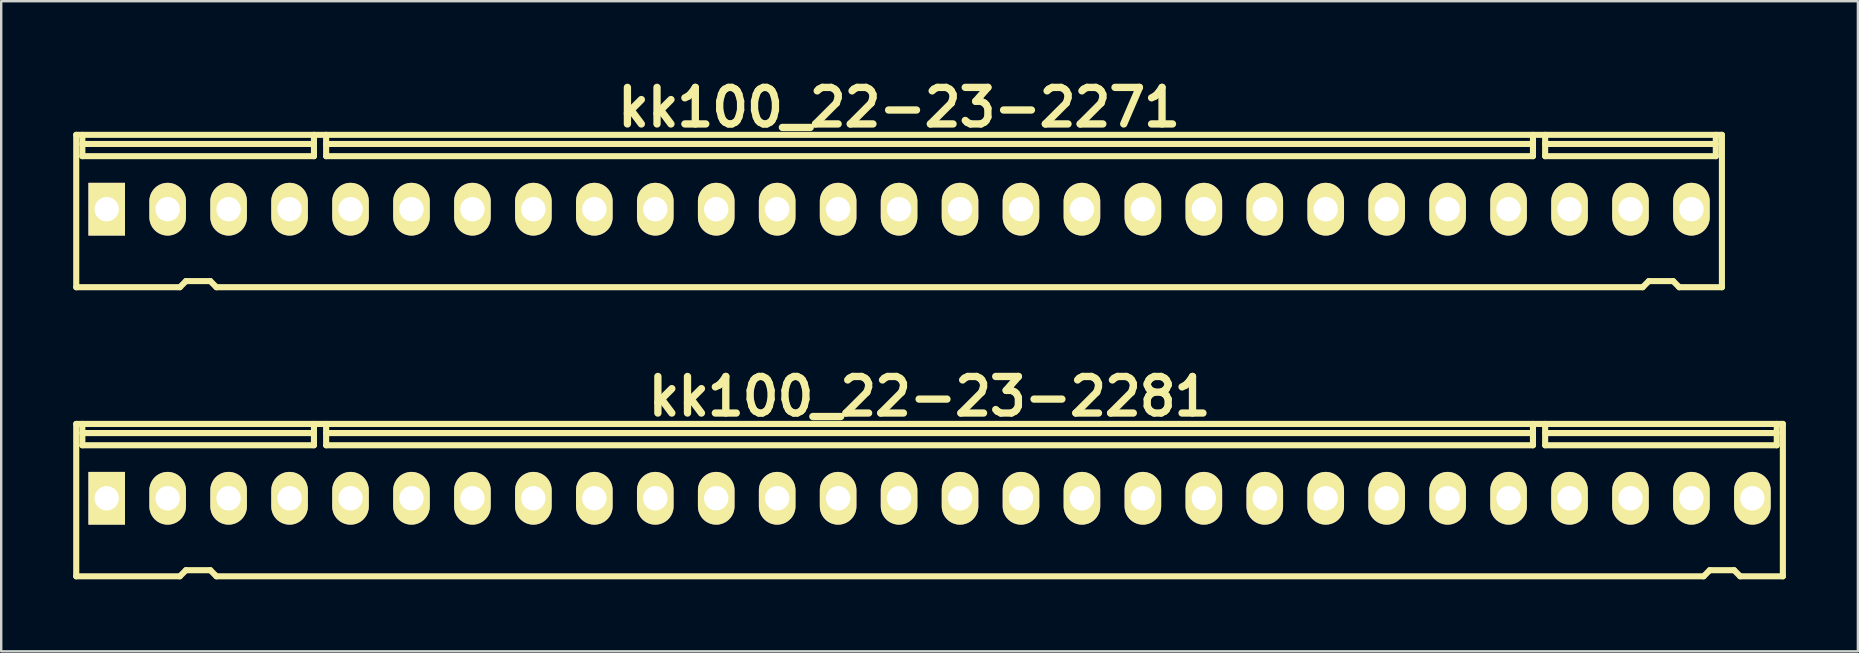
<source format=kicad_pcb>
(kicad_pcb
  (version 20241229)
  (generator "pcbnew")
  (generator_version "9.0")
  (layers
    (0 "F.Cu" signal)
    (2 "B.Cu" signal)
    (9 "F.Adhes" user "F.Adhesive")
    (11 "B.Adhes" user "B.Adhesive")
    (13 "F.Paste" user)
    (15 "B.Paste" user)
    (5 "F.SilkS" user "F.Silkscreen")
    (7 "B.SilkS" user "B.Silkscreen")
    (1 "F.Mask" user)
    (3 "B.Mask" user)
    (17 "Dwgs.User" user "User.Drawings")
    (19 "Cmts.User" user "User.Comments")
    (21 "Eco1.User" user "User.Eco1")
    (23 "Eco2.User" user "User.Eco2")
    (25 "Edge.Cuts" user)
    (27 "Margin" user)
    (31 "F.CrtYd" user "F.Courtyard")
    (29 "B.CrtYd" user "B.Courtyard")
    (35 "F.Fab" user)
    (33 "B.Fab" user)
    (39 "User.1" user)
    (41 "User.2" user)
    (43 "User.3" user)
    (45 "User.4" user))
  (footprint "kk100_22-23-2271"
    (layer "F.Cu")
    (at 34.417 5.744)
    (property "Reference" "kk100_22-23-2271" (at 0 -4.318 0) (layer "F.SilkS") (effects (font (size 1.524 1.524) (thickness 0.305))))
    (attr through_hole)
    (fp_line (start -34.29 3.175) (end -34.29 -3.175) (stroke (width 0.254) (type solid)) (layer "F.SilkS"))
    (fp_line (start -34.036 -2.286) (end -34.036 -3.175) (stroke (width 0.254) (type solid)) (layer "F.SilkS"))
    (fp_line (start -29.972 3.175) (end -34.29 3.175) (stroke (width 0.254) (type solid)) (layer "F.SilkS"))
    (fp_line (start -29.718 2.921) (end -29.972 3.175) (stroke (width 0.254) (type solid)) (layer "F.SilkS"))
    (fp_line (start -29.718 2.921) (end -28.702 2.921) (stroke (width 0.254) (type solid)) (layer "F.SilkS"))
    (fp_line (start -28.702 2.921) (end -28.448 3.175) (stroke (width 0.254) (type solid)) (layer "F.SilkS"))
    (fp_line (start -28.448 3.175) (end 30.988 3.175) (stroke (width 0.254) (type solid)) (layer "F.SilkS"))
    (fp_line (start -24.384 -2.794) (end -34.036 -2.794) (stroke (width 0.254) (type solid)) (layer "F.SilkS"))
    (fp_line (start -24.384 -2.286) (end -34.036 -2.286) (stroke (width 0.254) (type solid)) (layer "F.SilkS"))
    (fp_line (start -24.384 -2.286) (end -24.384 -3.175) (stroke (width 0.254) (type solid)) (layer "F.SilkS"))
    (fp_line (start -23.876 -2.794) (end 26.416 -2.794) (stroke (width 0.254) (type solid)) (layer "F.SilkS"))
    (fp_line (start -23.876 -2.286) (end -23.876 -3.175) (stroke (width 0.254) (type solid)) (layer "F.SilkS"))
    (fp_line (start 26.416 -2.286) (end -23.876 -2.286) (stroke (width 0.254) (type solid)) (layer "F.SilkS"))
    (fp_line (start 26.416 -2.286) (end 26.416 -3.175) (stroke (width 0.254) (type solid)) (layer "F.SilkS"))
    (fp_line (start 26.924 -2.794) (end 34.036 -2.794) (stroke (width 0.254) (type solid)) (layer "F.SilkS"))
    (fp_line (start 26.924 -2.286) (end 26.924 -3.175) (stroke (width 0.254) (type solid)) (layer "F.SilkS"))
    (fp_line (start 26.924 -2.286) (end 34.036 -2.286) (stroke (width 0.254) (type solid)) (layer "F.SilkS"))
    (fp_line (start 31.242 2.921) (end 30.988 3.175) (stroke (width 0.254) (type solid)) (layer "F.SilkS"))
    (fp_line (start 31.242 2.921) (end 32.258 2.921) (stroke (width 0.254) (type solid)) (layer "F.SilkS"))
    (fp_line (start 32.258 2.921) (end 32.512 3.175) (stroke (width 0.254) (type solid)) (layer "F.SilkS"))
    (fp_line (start 32.512 3.175) (end 34.29 3.175) (stroke (width 0.254) (type solid)) (layer "F.SilkS"))
    (fp_line (start 34.036 -2.286) (end 34.036 -3.175) (stroke (width 0.254) (type solid)) (layer "F.SilkS"))
    (fp_line (start 34.29 -3.175) (end -34.29 -3.175) (stroke (width 0.254) (type solid)) (layer "F.SilkS"))
    (fp_line (start 34.29 -3.175) (end 34.29 3.175) (stroke (width 0.254) (type solid)) (layer "F.SilkS"))
    (pad "1" thru_hole rect (at -33.02 -0.076) (size 1.524 2.197) (drill 1.016) (layers "*.Cu" "*.Mask" "F.SilkS"))
    (pad "2" thru_hole oval (at -30.48 -0.076) (size 1.524 2.197) (drill 1.016) (layers "*.Cu" "*.Mask" "F.SilkS"))
    (pad "3" thru_hole oval (at -27.94 -0.076) (size 1.524 2.197) (drill 1.016) (layers "*.Cu" "*.Mask" "F.SilkS"))
    (pad "4" thru_hole oval (at -25.4 -0.076) (size 1.524 2.197) (drill 1.016) (layers "*.Cu" "*.Mask" "F.SilkS"))
    (pad "5" thru_hole oval (at -22.86 -0.076) (size 1.524 2.197) (drill 1.016) (layers "*.Cu" "*.Mask" "F.SilkS"))
    (pad "6" thru_hole oval (at -20.32 -0.076) (size 1.524 2.197) (drill 1.016) (layers "*.Cu" "*.Mask" "F.SilkS"))
    (pad "7" thru_hole oval (at -17.78 -0.076) (size 1.524 2.197) (drill 1.016) (layers "*.Cu" "*.Mask" "F.SilkS"))
    (pad "8" thru_hole oval (at -15.24 -0.076) (size 1.524 2.197) (drill 1.016) (layers "*.Cu" "*.Mask" "F.SilkS"))
    (pad "9" thru_hole oval (at -12.7 -0.076) (size 1.524 2.197) (drill 1.016) (layers "*.Cu" "*.Mask" "F.SilkS"))
    (pad "10" thru_hole oval (at -10.16 -0.076) (size 1.524 2.197) (drill 1.016) (layers "*.Cu" "*.Mask" "F.SilkS"))
    (pad "11" thru_hole oval (at -7.62 -0.076) (size 1.524 2.197) (drill 1.016) (layers "*.Cu" "*.Mask" "F.SilkS"))
    (pad "12" thru_hole oval (at -5.08 -0.076) (size 1.524 2.197) (drill 1.016) (layers "*.Cu" "*.Mask" "F.SilkS"))
    (pad "13" thru_hole oval (at -2.54 -0.076) (size 1.524 2.197) (drill 1.016) (layers "*.Cu" "*.Mask" "F.SilkS"))
    (pad "14" thru_hole oval (at 0 -0.076) (size 1.524 2.197) (drill 1.016) (layers "*.Cu" "*.Mask" "F.SilkS"))
    (pad "15" thru_hole oval (at 2.54 -0.076) (size 1.524 2.197) (drill 1.016) (layers "*.Cu" "*.Mask" "F.SilkS"))
    (pad "16" thru_hole oval (at 5.08 -0.076) (size 1.524 2.197) (drill 1.016) (layers "*.Cu" "*.Mask" "F.SilkS"))
    (pad "17" thru_hole oval (at 7.62 -0.076) (size 1.524 2.197) (drill 1.016) (layers "*.Cu" "*.Mask" "F.SilkS"))
    (pad "18" thru_hole oval (at 10.16 -0.076) (size 1.524 2.197) (drill 1.016) (layers "*.Cu" "*.Mask" "F.SilkS"))
    (pad "19" thru_hole oval (at 12.7 -0.076) (size 1.524 2.197) (drill 1.016) (layers "*.Cu" "*.Mask" "F.SilkS"))
    (pad "20" thru_hole oval (at 15.24 -0.076) (size 1.524 2.197) (drill 1.016) (layers "*.Cu" "*.Mask" "F.SilkS"))
    (pad "21" thru_hole oval (at 17.78 -0.076) (size 1.524 2.197) (drill 1.016) (layers "*.Cu" "*.Mask" "F.SilkS"))
    (pad "22" thru_hole oval (at 20.32 -0.076) (size 1.524 2.197) (drill 1.016) (layers "*.Cu" "*.Mask" "F.SilkS"))
    (pad "23" thru_hole oval (at 22.86 -0.076) (size 1.524 2.197) (drill 1.016) (layers "*.Cu" "*.Mask" "F.SilkS"))
    (pad "24" thru_hole oval (at 25.4 -0.076) (size 1.524 2.197) (drill 1.016) (layers "*.Cu" "*.Mask" "F.SilkS"))
    (pad "25" thru_hole oval (at 27.94 -0.076) (size 1.524 2.197) (drill 1.016) (layers "*.Cu" "*.Mask" "F.SilkS"))
    (pad "26" thru_hole oval (at 30.48 -0.076) (size 1.524 2.197) (drill 1.016) (layers "*.Cu" "*.Mask" "F.SilkS"))
    (pad "27" thru_hole oval (at 33.02 -0.076) (size 1.524 2.197) (drill 1.016) (layers "*.Cu" "*.Mask" "F.SilkS")))
  (footprint "kk100_22-23-2281"
    (layer "F.Cu")
    (at 35.687 17.791)
    (property "Reference" "kk100_22-23-2281" (at 0 -4.318 0) (layer "F.SilkS") (effects (font (size 1.524 1.524) (thickness 0.305))))
    (attr through_hole)
    (fp_line (start -35.56 -3.175) (end 35.56 -3.175) (stroke (width 0.254) (type solid)) (layer "F.SilkS"))
    (fp_line (start -35.56 3.175) (end -35.56 -3.175) (stroke (width 0.254) (type solid)) (layer "F.SilkS"))
    (fp_line (start -35.306 -2.286) (end -35.306 -3.175) (stroke (width 0.254) (type solid)) (layer "F.SilkS"))
    (fp_line (start -31.242 3.175) (end -35.56 3.175) (stroke (width 0.254) (type solid)) (layer "F.SilkS"))
    (fp_line (start -30.988 2.921) (end -31.242 3.175) (stroke (width 0.254) (type solid)) (layer "F.SilkS"))
    (fp_line (start -30.988 2.921) (end -29.972 2.921) (stroke (width 0.254) (type solid)) (layer "F.SilkS"))
    (fp_line (start -29.972 2.921) (end -29.718 3.175) (stroke (width 0.254) (type solid)) (layer "F.SilkS"))
    (fp_line (start -25.654 -2.794) (end -35.306 -2.794) (stroke (width 0.254) (type solid)) (layer "F.SilkS"))
    (fp_line (start -25.654 -2.286) (end -35.306 -2.286) (stroke (width 0.254) (type solid)) (layer "F.SilkS"))
    (fp_line (start -25.654 -2.286) (end -25.654 -3.175) (stroke (width 0.254) (type solid)) (layer "F.SilkS"))
    (fp_line (start -25.146 -2.794) (end 25.146 -2.794) (stroke (width 0.254) (type solid)) (layer "F.SilkS"))
    (fp_line (start -25.146 -2.286) (end -25.146 -3.175) (stroke (width 0.254) (type solid)) (layer "F.SilkS"))
    (fp_line (start 25.146 -2.286) (end -25.146 -2.286) (stroke (width 0.254) (type solid)) (layer "F.SilkS"))
    (fp_line (start 25.146 -2.286) (end 25.146 -3.175) (stroke (width 0.254) (type solid)) (layer "F.SilkS"))
    (fp_line (start 25.654 -2.794) (end 35.306 -2.794) (stroke (width 0.254) (type solid)) (layer "F.SilkS"))
    (fp_line (start 25.654 -2.286) (end 25.654 -3.175) (stroke (width 0.254) (type solid)) (layer "F.SilkS"))
    (fp_line (start 25.654 -2.286) (end 35.306 -2.286) (stroke (width 0.254) (type solid)) (layer "F.SilkS"))
    (fp_line (start 32.258 3.175) (end -29.718 3.175) (stroke (width 0.254) (type solid)) (layer "F.SilkS"))
    (fp_line (start 32.512 2.921) (end 32.258 3.175) (stroke (width 0.254) (type solid)) (layer "F.SilkS"))
    (fp_line (start 32.512 2.921) (end 33.528 2.921) (stroke (width 0.254) (type solid)) (layer "F.SilkS"))
    (fp_line (start 33.528 2.921) (end 33.782 3.175) (stroke (width 0.254) (type solid)) (layer "F.SilkS"))
    (fp_line (start 33.782 3.175) (end 35.56 3.175) (stroke (width 0.254) (type solid)) (layer "F.SilkS"))
    (fp_line (start 35.306 -2.286) (end 35.306 -3.175) (stroke (width 0.254) (type solid)) (layer "F.SilkS"))
    (fp_line (start 35.56 -3.175) (end 35.56 3.175) (stroke (width 0.254) (type solid)) (layer "F.SilkS"))
    (pad "1" thru_hole rect (at -34.29 -0.076) (size 1.524 2.197) (drill 1.016) (layers "*.Cu" "*.Mask" "F.SilkS"))
    (pad "2" thru_hole oval (at -31.75 -0.076) (size 1.524 2.197) (drill 1.016) (layers "*.Cu" "*.Mask" "F.SilkS"))
    (pad "3" thru_hole oval (at -29.21 -0.076) (size 1.524 2.197) (drill 1.016) (layers "*.Cu" "*.Mask" "F.SilkS"))
    (pad "4" thru_hole oval (at -26.67 -0.076) (size 1.524 2.197) (drill 1.016) (layers "*.Cu" "*.Mask" "F.SilkS"))
    (pad "5" thru_hole oval (at -24.13 -0.076) (size 1.524 2.197) (drill 1.016) (layers "*.Cu" "*.Mask" "F.SilkS"))
    (pad "6" thru_hole oval (at -21.59 -0.076) (size 1.524 2.197) (drill 1.016) (layers "*.Cu" "*.Mask" "F.SilkS"))
    (pad "7" thru_hole oval (at -19.05 -0.076) (size 1.524 2.197) (drill 1.016) (layers "*.Cu" "*.Mask" "F.SilkS"))
    (pad "8" thru_hole oval (at -16.51 -0.076) (size 1.524 2.197) (drill 1.016) (layers "*.Cu" "*.Mask" "F.SilkS"))
    (pad "9" thru_hole oval (at -13.97 -0.076) (size 1.524 2.197) (drill 1.016) (layers "*.Cu" "*.Mask" "F.SilkS"))
    (pad "10" thru_hole oval (at -11.43 -0.076) (size 1.524 2.197) (drill 1.016) (layers "*.Cu" "*.Mask" "F.SilkS"))
    (pad "11" thru_hole oval (at -8.89 -0.076) (size 1.524 2.197) (drill 1.016) (layers "*.Cu" "*.Mask" "F.SilkS"))
    (pad "12" thru_hole oval (at -6.35 -0.076) (size 1.524 2.197) (drill 1.016) (layers "*.Cu" "*.Mask" "F.SilkS"))
    (pad "13" thru_hole oval (at -3.81 -0.076) (size 1.524 2.197) (drill 1.016) (layers "*.Cu" "*.Mask" "F.SilkS"))
    (pad "14" thru_hole oval (at -1.27 -0.076) (size 1.524 2.197) (drill 1.016) (layers "*.Cu" "*.Mask" "F.SilkS"))
    (pad "15" thru_hole oval (at 1.27 -0.076) (size 1.524 2.197) (drill 1.016) (layers "*.Cu" "*.Mask" "F.SilkS"))
    (pad "16" thru_hole oval (at 3.81 -0.076) (size 1.524 2.197) (drill 1.016) (layers "*.Cu" "*.Mask" "F.SilkS"))
    (pad "17" thru_hole oval (at 6.35 -0.076) (size 1.524 2.197) (drill 1.016) (layers "*.Cu" "*.Mask" "F.SilkS"))
    (pad "18" thru_hole oval (at 8.89 -0.076) (size 1.524 2.197) (drill 1.016) (layers "*.Cu" "*.Mask" "F.SilkS"))
    (pad "19" thru_hole oval (at 11.43 -0.076) (size 1.524 2.197) (drill 1.016) (layers "*.Cu" "*.Mask" "F.SilkS"))
    (pad "20" thru_hole oval (at 13.97 -0.076) (size 1.524 2.197) (drill 1.016) (layers "*.Cu" "*.Mask" "F.SilkS"))
    (pad "21" thru_hole oval (at 16.51 -0.076) (size 1.524 2.197) (drill 1.016) (layers "*.Cu" "*.Mask" "F.SilkS"))
    (pad "22" thru_hole oval (at 19.05 -0.076) (size 1.524 2.197) (drill 1.016) (layers "*.Cu" "*.Mask" "F.SilkS"))
    (pad "23" thru_hole oval (at 21.59 -0.076) (size 1.524 2.197) (drill 1.016) (layers "*.Cu" "*.Mask" "F.SilkS"))
    (pad "24" thru_hole oval (at 24.13 -0.076) (size 1.524 2.197) (drill 1.016) (layers "*.Cu" "*.Mask" "F.SilkS"))
    (pad "25" thru_hole oval (at 26.67 -0.076) (size 1.524 2.197) (drill 1.016) (layers "*.Cu" "*.Mask" "F.SilkS"))
    (pad "26" thru_hole oval (at 29.21 -0.076) (size 1.524 2.197) (drill 1.016) (layers "*.Cu" "*.Mask" "F.SilkS"))
    (pad "27" thru_hole oval (at 31.75 -0.076) (size 1.524 2.197) (drill 1.016) (layers "*.Cu" "*.Mask" "F.SilkS"))
    (pad "28" thru_hole oval (at 34.29 -0.076) (size 1.524 2.197) (drill 1.016) (layers "*.Cu" "*.Mask" "F.SilkS")))
  (gr_rect
    (start -3 -3)
    (end 74.374 24.093)
    (stroke (width 0.1) (type default))
    (fill no)
    (layer "Edge.Cuts")))
</source>
